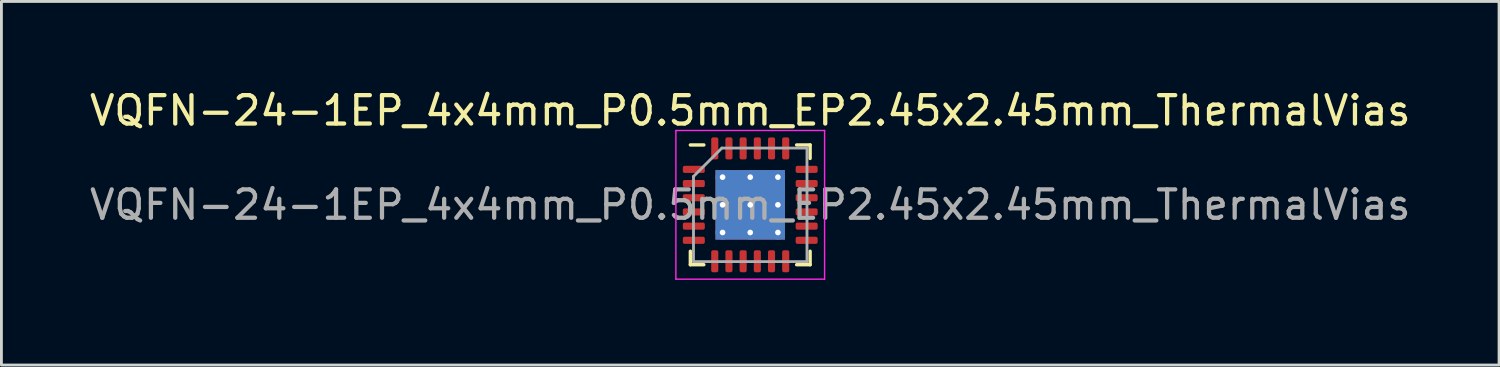
<source format=kicad_pcb>
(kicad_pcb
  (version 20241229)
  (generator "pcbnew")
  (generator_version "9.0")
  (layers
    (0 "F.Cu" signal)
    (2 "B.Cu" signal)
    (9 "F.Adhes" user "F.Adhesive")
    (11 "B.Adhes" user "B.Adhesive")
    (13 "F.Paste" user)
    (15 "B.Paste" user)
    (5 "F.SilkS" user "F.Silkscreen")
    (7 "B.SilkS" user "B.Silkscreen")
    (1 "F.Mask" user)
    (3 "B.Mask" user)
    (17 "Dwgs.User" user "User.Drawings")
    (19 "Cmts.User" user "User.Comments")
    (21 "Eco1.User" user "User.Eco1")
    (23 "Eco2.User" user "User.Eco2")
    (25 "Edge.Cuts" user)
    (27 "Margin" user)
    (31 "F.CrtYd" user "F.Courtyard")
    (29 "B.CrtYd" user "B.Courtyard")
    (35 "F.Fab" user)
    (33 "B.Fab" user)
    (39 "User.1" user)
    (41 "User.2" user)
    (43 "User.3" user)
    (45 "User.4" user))
  (footprint "VQFN-24-1EP_4x4mm_P0.5mm_EP2.45x2.45mm_ThermalVias"
    (layer "F.Cu")
    (at 23.387 4.168)
    (property "Reference" "VQFN-24-1EP_4x4mm_P0.5mm_EP2.45x2.45mm_ThermalVias" (at 0 -3.32 0) (layer "F.SilkS") (effects (font (size 1 1) (thickness 0.15))))
    (attr smd)
    (fp_line (start -2.11 2.11) (end -2.11 1.635) (stroke (width 0.12) (type solid)) (layer "F.SilkS"))
    (fp_line (start -1.635 -2.11) (end -2.11 -2.11) (stroke (width 0.12) (type solid)) (layer "F.SilkS"))
    (fp_line (start -1.635 2.11) (end -2.11 2.11) (stroke (width 0.12) (type solid)) (layer "F.SilkS"))
    (fp_line (start 1.635 -2.11) (end 2.11 -2.11) (stroke (width 0.12) (type solid)) (layer "F.SilkS"))
    (fp_line (start 1.635 2.11) (end 2.11 2.11) (stroke (width 0.12) (type solid)) (layer "F.SilkS"))
    (fp_line (start 2.11 -2.11) (end 2.11 -1.635) (stroke (width 0.12) (type solid)) (layer "F.SilkS"))
    (fp_line (start 2.11 2.11) (end 2.11 1.635) (stroke (width 0.12) (type solid)) (layer "F.SilkS"))
    (fp_line (start -2.62 -2.62) (end -2.62 2.62) (stroke (width 0.05) (type solid)) (layer "F.CrtYd"))
    (fp_line (start -2.62 2.62) (end 2.62 2.62) (stroke (width 0.05) (type solid)) (layer "F.CrtYd"))
    (fp_line (start 2.62 -2.62) (end -2.62 -2.62) (stroke (width 0.05) (type solid)) (layer "F.CrtYd"))
    (fp_line (start 2.62 2.62) (end 2.62 -2.62) (stroke (width 0.05) (type solid)) (layer "F.CrtYd"))
    (fp_line (start -2 -1) (end -1 -2) (stroke (width 0.1) (type solid)) (layer "F.Fab"))
    (fp_line (start -2 2) (end -2 -1) (stroke (width 0.1) (type solid)) (layer "F.Fab"))
    (fp_line (start -1 -2) (end 2 -2) (stroke (width 0.1) (type solid)) (layer "F.Fab"))
    (fp_line (start 2 -2) (end 2 2) (stroke (width 0.1) (type solid)) (layer "F.Fab"))
    (fp_line (start 2 2) (end -2 2) (stroke (width 0.1) (type solid)) (layer "F.Fab"))
    (fp_text user "${REFERENCE}" (at 0 0 0) (layer "F.Fab") (effects (font (size 1 1) (thickness 0.15))))
    (pad "" smd custom (at -0.487 -0.487) (size 0.756 0.756) (layers "F.Paste") (options (anchor circle)) (primitives (gr_poly (pts (xy 0.301 -0.175) (xy 0.301 0.175) (xy 0.175 0.301) (xy -0.175 0.301) (xy -0.301 0.175) (xy -0.301 -0.175) (xy -0.175 -0.301) (xy 0.175 -0.301)) (width 0.306) (fill yes))))
    (pad "" smd custom (at -0.487 0.487) (size 0.756 0.756) (layers "F.Paste") (options (anchor circle)) (primitives (gr_poly (pts (xy 0.301 -0.175) (xy 0.301 0.175) (xy 0.175 0.301) (xy -0.175 0.301) (xy -0.301 0.175) (xy -0.301 -0.175) (xy -0.175 -0.301) (xy 0.175 -0.301)) (width 0.306) (fill yes))))
    (pad "" smd custom (at 0.487 -0.487) (size 0.756 0.756) (layers "F.Paste") (options (anchor circle)) (primitives (gr_poly (pts (xy 0.301 -0.175) (xy 0.301 0.175) (xy 0.175 0.301) (xy -0.175 0.301) (xy -0.301 0.175) (xy -0.301 -0.175) (xy -0.175 -0.301) (xy 0.175 -0.301)) (width 0.306) (fill yes))))
    (pad "" smd custom (at 0.487 0.487) (size 0.756 0.756) (layers "F.Paste") (options (anchor circle)) (primitives (gr_poly (pts (xy 0.301 -0.175) (xy 0.301 0.175) (xy 0.175 0.301) (xy -0.175 0.301) (xy -0.301 0.175) (xy -0.301 -0.175) (xy -0.175 -0.301) (xy 0.175 -0.301)) (width 0.306) (fill yes))))
    (pad "1" smd roundrect (at -1.988 -1.25) (size 0.775 0.25) (layers "F.Cu" "F.Mask" "F.Paste") (roundrect_rratio 0.25))
    (pad "2" smd roundrect (at -1.988 -0.75) (size 0.775 0.25) (layers "F.Cu" "F.Mask" "F.Paste") (roundrect_rratio 0.25))
    (pad "3" smd roundrect (at -1.988 -0.25) (size 0.775 0.25) (layers "F.Cu" "F.Mask" "F.Paste") (roundrect_rratio 0.25))
    (pad "4" smd roundrect (at -1.988 0.25) (size 0.775 0.25) (layers "F.Cu" "F.Mask" "F.Paste") (roundrect_rratio 0.25))
    (pad "5" smd roundrect (at -1.988 0.75) (size 0.775 0.25) (layers "F.Cu" "F.Mask" "F.Paste") (roundrect_rratio 0.25))
    (pad "6" smd roundrect (at -1.988 1.25) (size 0.775 0.25) (layers "F.Cu" "F.Mask" "F.Paste") (roundrect_rratio 0.25))
    (pad "7" smd roundrect (at -1.25 1.988) (size 0.25 0.775) (layers "F.Cu" "F.Mask" "F.Paste") (roundrect_rratio 0.25))
    (pad "8" smd roundrect (at -0.75 1.988) (size 0.25 0.775) (layers "F.Cu" "F.Mask" "F.Paste") (roundrect_rratio 0.25))
    (pad "9" smd roundrect (at -0.25 1.988) (size 0.25 0.775) (layers "F.Cu" "F.Mask" "F.Paste") (roundrect_rratio 0.25))
    (pad "10" smd roundrect (at 0.25 1.988) (size 0.25 0.775) (layers "F.Cu" "F.Mask" "F.Paste") (roundrect_rratio 0.25))
    (pad "11" smd roundrect (at 0.75 1.988) (size 0.25 0.775) (layers "F.Cu" "F.Mask" "F.Paste") (roundrect_rratio 0.25))
    (pad "12" smd roundrect (at 1.25 1.988) (size 0.25 0.775) (layers "F.Cu" "F.Mask" "F.Paste") (roundrect_rratio 0.25))
    (pad "13" smd roundrect (at 1.988 1.25) (size 0.775 0.25) (layers "F.Cu" "F.Mask" "F.Paste") (roundrect_rratio 0.25))
    (pad "14" smd roundrect (at 1.988 0.75) (size 0.775 0.25) (layers "F.Cu" "F.Mask" "F.Paste") (roundrect_rratio 0.25))
    (pad "15" smd roundrect (at 1.988 0.25) (size 0.775 0.25) (layers "F.Cu" "F.Mask" "F.Paste") (roundrect_rratio 0.25))
    (pad "16" smd roundrect (at 1.988 -0.25) (size 0.775 0.25) (layers "F.Cu" "F.Mask" "F.Paste") (roundrect_rratio 0.25))
    (pad "17" smd roundrect (at 1.988 -0.75) (size 0.775 0.25) (layers "F.Cu" "F.Mask" "F.Paste") (roundrect_rratio 0.25))
    (pad "18" smd roundrect (at 1.988 -1.25) (size 0.775 0.25) (layers "F.Cu" "F.Mask" "F.Paste") (roundrect_rratio 0.25))
    (pad "19" smd roundrect (at 1.25 -1.988) (size 0.25 0.775) (layers "F.Cu" "F.Mask" "F.Paste") (roundrect_rratio 0.25))
    (pad "20" smd roundrect (at 0.75 -1.988) (size 0.25 0.775) (layers "F.Cu" "F.Mask" "F.Paste") (roundrect_rratio 0.25))
    (pad "21" smd roundrect (at 0.25 -1.988) (size 0.25 0.775) (layers "F.Cu" "F.Mask" "F.Paste") (roundrect_rratio 0.25))
    (pad "22" smd roundrect (at -0.25 -1.988) (size 0.25 0.775) (layers "F.Cu" "F.Mask" "F.Paste") (roundrect_rratio 0.25))
    (pad "23" smd roundrect (at -0.75 -1.988) (size 0.25 0.775) (layers "F.Cu" "F.Mask" "F.Paste") (roundrect_rratio 0.25))
    (pad "24" smd roundrect (at -1.25 -1.988) (size 0.25 0.775) (layers "F.Cu" "F.Mask" "F.Paste") (roundrect_rratio 0.25))
    (pad "25" thru_hole circle (at -0.975 -0.975) (size 0.5 0.5) (drill 0.2) (layers "*.Cu"))
    (pad "25" thru_hole circle (at -0.975 0) (size 0.5 0.5) (drill 0.2) (layers "*.Cu"))
    (pad "25" thru_hole circle (at -0.975 0.975) (size 0.5 0.5) (drill 0.2) (layers "*.Cu"))
    (pad "25" thru_hole circle (at 0 -0.975) (size 0.5 0.5) (drill 0.2) (layers "*.Cu"))
    (pad "25" thru_hole circle (at 0 0) (size 0.5 0.5) (drill 0.2) (layers "*.Cu"))
    (pad "25" smd rect (at 0 0) (size 2.45 2.45) (layers "F.Cu" "F.Mask"))
    (pad "25" smd rect (at 0 0) (size 2.45 2.45) (layers "B.Cu"))
    (pad "25" thru_hole circle (at 0 0.975) (size 0.5 0.5) (drill 0.2) (layers "*.Cu"))
    (pad "25" thru_hole circle (at 0.975 -0.975) (size 0.5 0.5) (drill 0.2) (layers "*.Cu"))
    (pad "25" thru_hole circle (at 0.975 0) (size 0.5 0.5) (drill 0.2) (layers "*.Cu"))
    (pad "25" thru_hole circle (at 0.975 0.975) (size 0.5 0.5) (drill 0.2) (layers "*.Cu")))
  (gr_rect
    (start -3 -3)
    (end 49.774 9.813)
    (stroke (width 0.1) (type default))
    (fill no)
    (layer "Edge.Cuts")))
</source>
